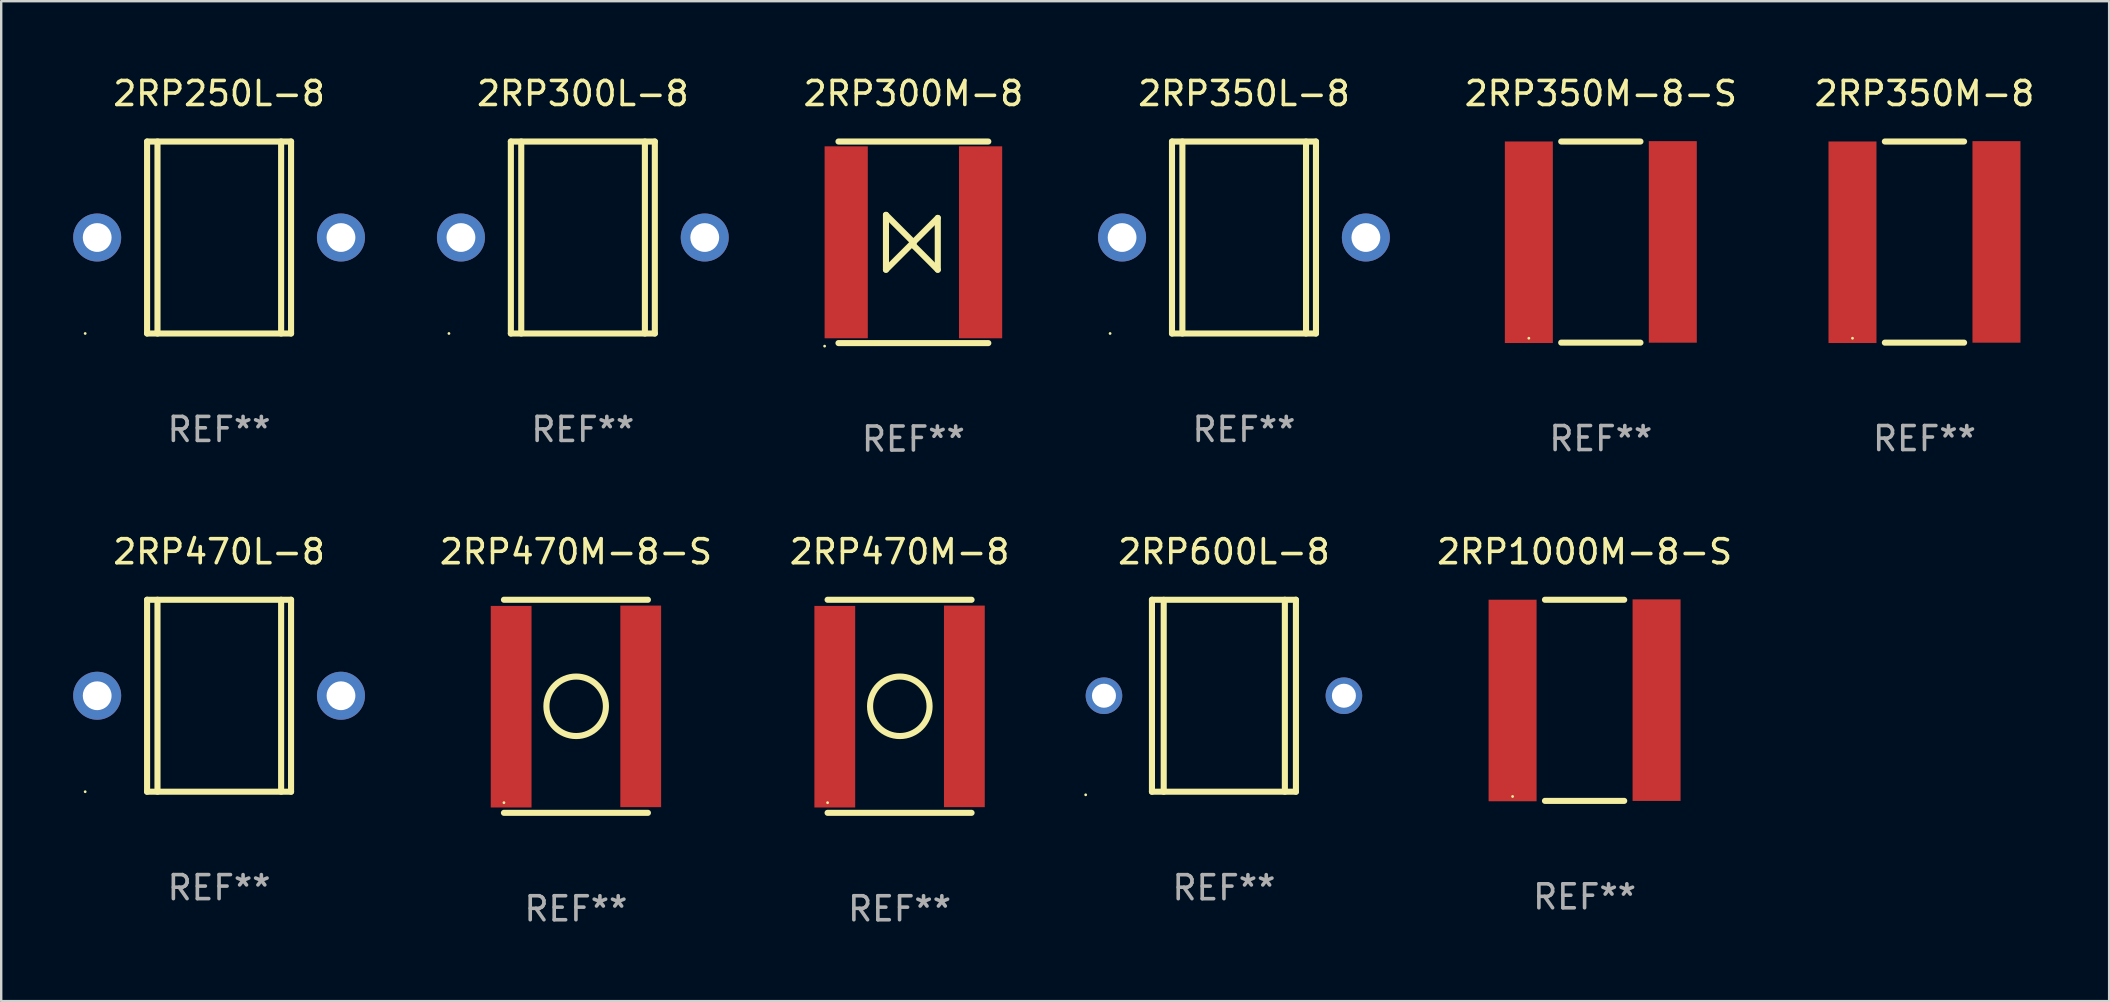
<source format=kicad_pcb>
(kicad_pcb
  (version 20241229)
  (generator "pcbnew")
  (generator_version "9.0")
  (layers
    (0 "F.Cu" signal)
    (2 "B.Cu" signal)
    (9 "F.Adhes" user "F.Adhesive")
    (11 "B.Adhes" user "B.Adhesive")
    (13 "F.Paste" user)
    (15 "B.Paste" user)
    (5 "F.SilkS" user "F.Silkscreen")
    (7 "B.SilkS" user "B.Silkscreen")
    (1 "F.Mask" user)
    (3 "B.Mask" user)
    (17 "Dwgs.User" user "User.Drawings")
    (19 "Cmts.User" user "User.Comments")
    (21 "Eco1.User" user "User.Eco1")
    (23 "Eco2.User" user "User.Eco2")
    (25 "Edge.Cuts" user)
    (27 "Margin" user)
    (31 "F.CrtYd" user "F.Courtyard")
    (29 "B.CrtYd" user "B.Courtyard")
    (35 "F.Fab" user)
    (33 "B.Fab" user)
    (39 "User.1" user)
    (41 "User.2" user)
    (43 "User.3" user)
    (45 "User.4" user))
  (footprint "2RP300M-8"
    (layer "F.Cu")
    (at 35.016 7.048)
    (property "Reference" "2RP300M-8" (at 0 -6.2 0) (layer "F.SilkS") (effects (font (size 1 1) (thickness 0.15))))
    (attr through_hole)
    (fp_line (start -3.122 -4.2) (end 3.122 -4.2) (stroke (width 0.254) (type solid)) (layer "F.SilkS"))
    (fp_line (start -3.122 4.2) (end 3.122 4.2) (stroke (width 0.254) (type solid)) (layer "F.SilkS"))
    (fp_line (start -1.143 1.143) (end -1.143 -1.143) (stroke (width 0.254) (type solid)) (layer "F.SilkS"))
    (fp_line (start 0 0) (end -1.143 -1.143) (stroke (width 0.254) (type solid)) (layer "F.SilkS"))
    (fp_line (start 0 0) (end -1.143 1.143) (stroke (width 0.254) (type solid)) (layer "F.SilkS"))
    (fp_line (start 0 0) (end 0 0.127) (stroke (width 0.254) (type solid)) (layer "F.SilkS"))
    (fp_line (start 0 0) (end 1.016 -1.016) (stroke (width 0.254) (type solid)) (layer "F.SilkS"))
    (fp_line (start 0 0.127) (end 1.016 1.143) (stroke (width 0.254) (type solid)) (layer "F.SilkS"))
    (fp_line (start 1.016 1.143) (end 1.016 -1.016) (stroke (width 0.254) (type solid)) (layer "F.SilkS"))
    (fp_circle (center -3.7 4.327) (end -3.67 4.327) (stroke (width 0.06) (type solid)) (fill no) (layer "F.SilkS"))
    (fp_text user "REF**" (at 0 8.2 0) (layer "F.Fab") (effects (font (size 1 1) (thickness 0.15))))
    (pad "1" smd rect (at -2.8 0) (size 1.8 8) (layers "F.Cu" "F.Mask" "F.Paste"))
    (pad "2" smd rect (at 2.8 0) (size 1.8 8) (layers "F.Cu" "F.Mask" "F.Paste")))
  (footprint "2RP350M-8"
    (layer "F.Cu")
    (at 77.153 7.039)
    (property "Reference" "2RP350M-8" (at 0 -6.191 0) (layer "F.SilkS") (effects (font (size 1 1) (thickness 0.15))))
    (attr through_hole)
    (fp_line (start -1.651 -4.191) (end 1.651 -4.191) (stroke (width 0.254) (type solid)) (layer "F.SilkS"))
    (fp_line (start 1.651 4.191) (end -1.651 4.191) (stroke (width 0.254) (type solid)) (layer "F.SilkS"))
    (fp_circle (center -3 4.007) (end -2.97 4.007) (stroke (width 0.06) (type solid)) (fill no) (layer "F.SilkS"))
    (fp_text user "REF**" (at 0 8.191 0) (layer "F.Fab") (effects (font (size 1 1) (thickness 0.15))))
    (pad "1" smd rect (at -3 0.007) (size 2 8.4) (layers "F.Cu" "F.Mask" "F.Paste"))
    (pad "2" smd rect (at 3 -0.007) (size 2 8.4) (layers "F.Cu" "F.Mask" "F.Paste")))
  (footprint "2RP470L-8"
    (layer "F.Cu")
    (at 6.08 25.945)
    (property "Reference" "2RP470L-8" (at 0 -6 0) (layer "F.SilkS") (effects (font (size 1 1) (thickness 0.15))))
    (attr through_hole)
    (fp_line (start -3 -4) (end -3 4) (stroke (width 0.254) (type solid)) (layer "F.SilkS"))
    (fp_line (start -3 -4) (end 3 -4) (stroke (width 0.254) (type solid)) (layer "F.SilkS"))
    (fp_line (start -3 4) (end 3 4) (stroke (width 0.254) (type solid)) (layer "F.SilkS"))
    (fp_line (start -2.567 -4) (end -2.567 4) (stroke (width 0.254) (type solid)) (layer "F.SilkS"))
    (fp_line (start 2.586 -4) (end 2.586 4) (stroke (width 0.254) (type solid)) (layer "F.SilkS"))
    (fp_line (start 3 -4) (end 3 4) (stroke (width 0.254) (type solid)) (layer "F.SilkS"))
    (fp_circle (center -5.58 4) (end -5.55 4) (stroke (width 0.06) (type solid)) (fill no) (layer "F.SilkS"))
    (fp_text user "REF**" (at 0 8 0) (layer "F.Fab") (effects (font (size 1 1) (thickness 0.15))))
    (pad "1" thru_hole circle (at -5.08 0) (size 2 2) (drill 1.2) (layers "*.Cu" "*.Mask"))
    (pad "2" thru_hole circle (at 5.08 0) (size 2 2) (drill 1.2) (layers "*.Cu" "*.Mask")))
  (footprint "2RP250L-8"
    (layer "F.Cu")
    (at 6.08 6.848)
    (property "Reference" "2RP250L-8" (at 0 -6 0) (layer "F.SilkS") (effects (font (size 1 1) (thickness 0.15))))
    (attr through_hole)
    (fp_line (start -3 -4) (end -3 4) (stroke (width 0.254) (type solid)) (layer "F.SilkS"))
    (fp_line (start -3 -4) (end 3 -4) (stroke (width 0.254) (type solid)) (layer "F.SilkS"))
    (fp_line (start -3 4) (end 3 4) (stroke (width 0.254) (type solid)) (layer "F.SilkS"))
    (fp_line (start -2.567 -4) (end -2.567 4) (stroke (width 0.254) (type solid)) (layer "F.SilkS"))
    (fp_line (start 2.586 -4) (end 2.586 4) (stroke (width 0.254) (type solid)) (layer "F.SilkS"))
    (fp_line (start 3 -4) (end 3 4) (stroke (width 0.254) (type solid)) (layer "F.SilkS"))
    (fp_circle (center -5.58 4) (end -5.55 4) (stroke (width 0.06) (type solid)) (fill no) (layer "F.SilkS"))
    (fp_text user "REF**" (at 0 8 0) (layer "F.Fab") (effects (font (size 1 1) (thickness 0.15))))
    (pad "1" thru_hole circle (at -5.08 0) (size 2 2) (drill 1.2) (layers "*.Cu" "*.Mask"))
    (pad "2" thru_hole circle (at 5.08 0) (size 2 2) (drill 1.2) (layers "*.Cu" "*.Mask")))
  (footprint "2RP600L-8"
    (layer "F.Cu")
    (at 47.958 25.946)
    (property "Reference" "2RP600L-8" (at 0 -6.001 0) (layer "F.SilkS") (effects (font (size 1 1) (thickness 0.15))))
    (attr through_hole)
    (fp_line (start -3 -4.001) (end -3 3.999) (stroke (width 0.254) (type solid)) (layer "F.SilkS"))
    (fp_line (start -3 -4.001) (end 3 -4.001) (stroke (width 0.254) (type solid)) (layer "F.SilkS"))
    (fp_line (start -2.51 4.001) (end -2.51 -3.999) (stroke (width 0.254) (type solid)) (layer "F.SilkS"))
    (fp_line (start 2.539 3.999) (end 2.539 -4.001) (stroke (width 0.254) (type solid)) (layer "F.SilkS"))
    (fp_line (start 3 3.999) (end -3 3.999) (stroke (width 0.254) (type solid)) (layer "F.SilkS"))
    (fp_line (start 3 3.999) (end 3 -4.001) (stroke (width 0.254) (type solid)) (layer "F.SilkS"))
    (fp_circle (center -5.762 4.128) (end -5.732 4.128) (stroke (width 0.06) (type solid)) (fill no) (layer "F.SilkS"))
    (fp_text user "REF**" (at 0 8.001 0) (layer "F.Fab") (effects (font (size 1 1) (thickness 0.15))))
    (pad "1" thru_hole circle (at -5 -0.001) (size 1.524 1.524) (drill 1) (layers "*.Cu" "*.Mask"))
    (pad "2" thru_hole circle (at 5 -0.001) (size 1.524 1.524) (drill 1) (layers "*.Cu" "*.Mask")))
  (footprint "2RP350M-8-S"
    (layer "F.Cu")
    (at 63.665 7.039)
    (property "Reference" "2RP350M-8-S" (at 0 -6.191 0) (layer "F.SilkS") (effects (font (size 1 1) (thickness 0.15))))
    (attr through_hole)
    (fp_line (start -1.651 -4.191) (end 1.651 -4.191) (stroke (width 0.254) (type solid)) (layer "F.SilkS"))
    (fp_line (start 1.651 4.191) (end -1.651 4.191) (stroke (width 0.254) (type solid)) (layer "F.SilkS"))
    (fp_circle (center -3 4.007) (end -2.97 4.007) (stroke (width 0.06) (type solid)) (fill no) (layer "F.SilkS"))
    (fp_text user "REF**" (at 0 8.191 0) (layer "F.Fab") (effects (font (size 1 1) (thickness 0.15))))
    (pad "1" smd rect (at -3 0.007) (size 2 8.4) (layers "F.Cu" "F.Mask" "F.Paste"))
    (pad "2" smd rect (at 3 -0.007) (size 2 8.4) (layers "F.Cu" "F.Mask" "F.Paste")))
  (footprint "2RP470M-8"
    (layer "F.Cu")
    (at 34.44 26.385)
    (property "Reference" "2RP470M-8" (at 0 -6.44 0) (layer "F.SilkS") (effects (font (size 1 1) (thickness 0.15))))
    (attr through_hole)
    (fp_line (start -3 -4.44) (end 3 -4.44) (stroke (width 0.254) (type solid)) (layer "F.SilkS"))
    (fp_line (start 3 4.44) (end -3 4.44) (stroke (width 0.254) (type solid)) (layer "F.SilkS"))
    (fp_circle (center -3 4.017) (end -2.97 4.017) (stroke (width 0.06) (type solid)) (fill no) (layer "F.SilkS"))
    (fp_circle (center 0.01 0.000102) (end 1.25 0.000102) (stroke (width 0.254) (type solid)) (fill no) (layer "F.SilkS"))
    (fp_text user "REF**" (at 0 8.44 0) (layer "F.Fab") (effects (font (size 1 1) (thickness 0.15))))
    (pad "1" smd rect (at -2.7 0.017) (size 1.7 8.4) (layers "F.Cu" "F.Mask" "F.Paste"))
    (pad "2" smd rect (at 2.7 0.003) (size 1.7 8.4) (layers "F.Cu" "F.Mask" "F.Paste")))
  (footprint "2RP1000M-8-S"
    (layer "F.Cu")
    (at 62.988 26.136)
    (property "Reference" "2RP1000M-8-S" (at 0 -6.191 0) (layer "F.SilkS") (effects (font (size 1 1) (thickness 0.15))))
    (attr through_hole)
    (fp_line (start -1.651 -4.191) (end 1.651 -4.191) (stroke (width 0.254) (type solid)) (layer "F.SilkS"))
    (fp_line (start 1.651 4.191) (end -1.651 4.191) (stroke (width 0.254) (type solid)) (layer "F.SilkS"))
    (fp_circle (center -3 4.007) (end -2.97 4.007) (stroke (width 0.06) (type solid)) (fill no) (layer "F.SilkS"))
    (fp_text user "REF**" (at 0 8.191 0) (layer "F.Fab") (effects (font (size 1 1) (thickness 0.15))))
    (pad "1" smd rect (at -3 0.007) (size 2 8.4) (layers "F.Cu" "F.Mask" "F.Paste"))
    (pad "2" smd rect (at 3 -0.007) (size 2 8.4) (layers "F.Cu" "F.Mask" "F.Paste")))
  (footprint "2RP470M-8-S"
    (layer "F.Cu")
    (at 20.952 26.385)
    (property "Reference" "2RP470M-8-S" (at 0 -6.44 0) (layer "F.SilkS") (effects (font (size 1 1) (thickness 0.15))))
    (attr through_hole)
    (fp_line (start -3 -4.44) (end 3 -4.44) (stroke (width 0.254) (type solid)) (layer "F.SilkS"))
    (fp_line (start 3 4.44) (end -3 4.44) (stroke (width 0.254) (type solid)) (layer "F.SilkS"))
    (fp_circle (center -3 4.017) (end -2.97 4.017) (stroke (width 0.06) (type solid)) (fill no) (layer "F.SilkS"))
    (fp_circle (center 0.01 0.000102) (end 1.25 0.000102) (stroke (width 0.254) (type solid)) (fill no) (layer "F.SilkS"))
    (fp_text user "REF**" (at 0 8.44 0) (layer "F.Fab") (effects (font (size 1 1) (thickness 0.15))))
    (pad "1" smd rect (at -2.7 0.017) (size 1.7 8.4) (layers "F.Cu" "F.Mask" "F.Paste"))
    (pad "2" smd rect (at 2.7 0.003) (size 1.7 8.4) (layers "F.Cu" "F.Mask" "F.Paste")))
  (footprint "2RP300L-8"
    (layer "F.Cu")
    (at 21.24 6.848)
    (property "Reference" "2RP300L-8" (at 0 -6 0) (layer "F.SilkS") (effects (font (size 1 1) (thickness 0.15))))
    (attr through_hole)
    (fp_line (start -3 -4) (end -3 4) (stroke (width 0.254) (type solid)) (layer "F.SilkS"))
    (fp_line (start -3 -4) (end 3 -4) (stroke (width 0.254) (type solid)) (layer "F.SilkS"))
    (fp_line (start -3 4) (end 3 4) (stroke (width 0.254) (type solid)) (layer "F.SilkS"))
    (fp_line (start -2.567 -4) (end -2.567 4) (stroke (width 0.254) (type solid)) (layer "F.SilkS"))
    (fp_line (start 2.586 -4) (end 2.586 4) (stroke (width 0.254) (type solid)) (layer "F.SilkS"))
    (fp_line (start 3 -4) (end 3 4) (stroke (width 0.254) (type solid)) (layer "F.SilkS"))
    (fp_circle (center -5.58 4) (end -5.55 4) (stroke (width 0.06) (type solid)) (fill no) (layer "F.SilkS"))
    (fp_text user "REF**" (at 0 8 0) (layer "F.Fab") (effects (font (size 1 1) (thickness 0.15))))
    (pad "1" thru_hole circle (at -5.08 0) (size 2 2) (drill 1.2) (layers "*.Cu" "*.Mask"))
    (pad "2" thru_hole circle (at 5.08 0) (size 2 2) (drill 1.2) (layers "*.Cu" "*.Mask")))
  (footprint "2RP350L-8"
    (layer "F.Cu")
    (at 48.793 6.848)
    (property "Reference" "2RP350L-8" (at 0 -6 0) (layer "F.SilkS") (effects (font (size 1 1) (thickness 0.15))))
    (attr through_hole)
    (fp_line (start -3 -4) (end -3 4) (stroke (width 0.254) (type solid)) (layer "F.SilkS"))
    (fp_line (start -3 -4) (end 3 -4) (stroke (width 0.254) (type solid)) (layer "F.SilkS"))
    (fp_line (start -3 4) (end 3 4) (stroke (width 0.254) (type solid)) (layer "F.SilkS"))
    (fp_line (start -2.567 -4) (end -2.567 4) (stroke (width 0.254) (type solid)) (layer "F.SilkS"))
    (fp_line (start 2.586 -4) (end 2.586 4) (stroke (width 0.254) (type solid)) (layer "F.SilkS"))
    (fp_line (start 3 -4) (end 3 4) (stroke (width 0.254) (type solid)) (layer "F.SilkS"))
    (fp_circle (center -5.58 4) (end -5.55 4) (stroke (width 0.06) (type solid)) (fill no) (layer "F.SilkS"))
    (fp_text user "REF**" (at 0 8 0) (layer "F.Fab") (effects (font (size 1 1) (thickness 0.15))))
    (pad "1" thru_hole circle (at -5.08 0) (size 2 2) (drill 1.2) (layers "*.Cu" "*.Mask"))
    (pad "2" thru_hole circle (at 5.08 0) (size 2 2) (drill 1.2) (layers "*.Cu" "*.Mask")))
  (gr_rect
    (start -3 -3)
    (end 84.849 38.673)
    (stroke (width 0.1) (type default))
    (fill no)
    (layer "Edge.Cuts")))
</source>
